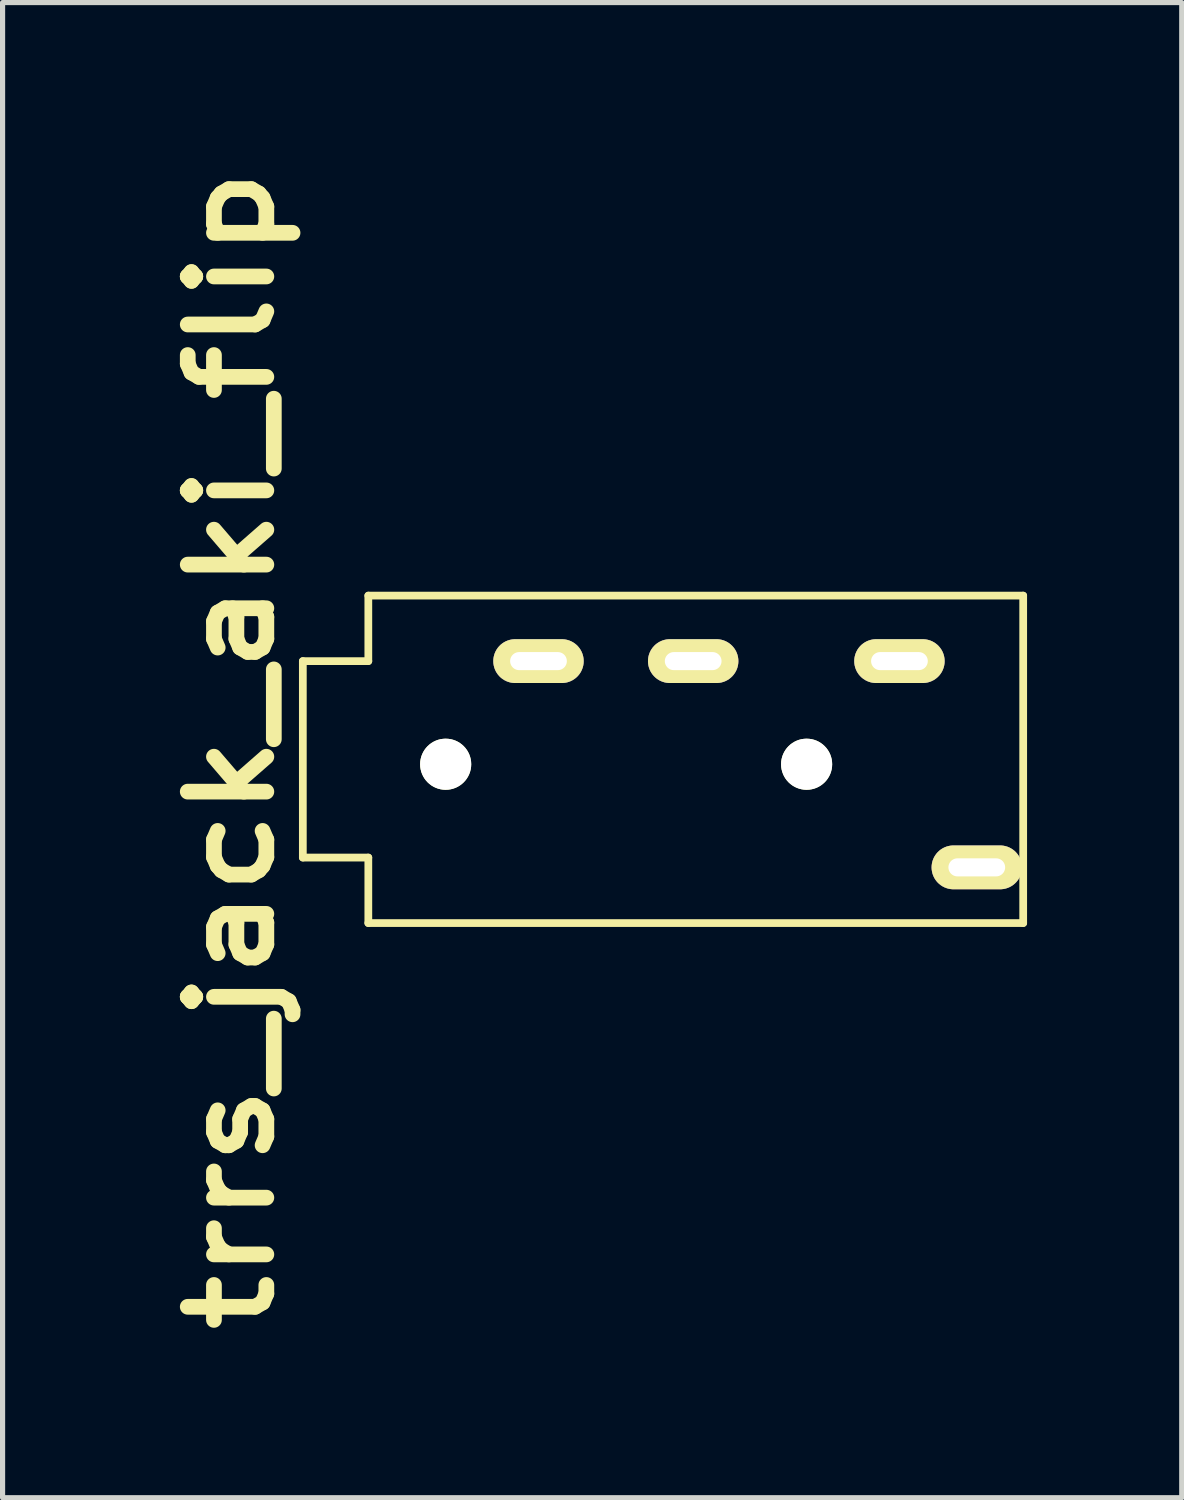
<source format=kicad_pcb>
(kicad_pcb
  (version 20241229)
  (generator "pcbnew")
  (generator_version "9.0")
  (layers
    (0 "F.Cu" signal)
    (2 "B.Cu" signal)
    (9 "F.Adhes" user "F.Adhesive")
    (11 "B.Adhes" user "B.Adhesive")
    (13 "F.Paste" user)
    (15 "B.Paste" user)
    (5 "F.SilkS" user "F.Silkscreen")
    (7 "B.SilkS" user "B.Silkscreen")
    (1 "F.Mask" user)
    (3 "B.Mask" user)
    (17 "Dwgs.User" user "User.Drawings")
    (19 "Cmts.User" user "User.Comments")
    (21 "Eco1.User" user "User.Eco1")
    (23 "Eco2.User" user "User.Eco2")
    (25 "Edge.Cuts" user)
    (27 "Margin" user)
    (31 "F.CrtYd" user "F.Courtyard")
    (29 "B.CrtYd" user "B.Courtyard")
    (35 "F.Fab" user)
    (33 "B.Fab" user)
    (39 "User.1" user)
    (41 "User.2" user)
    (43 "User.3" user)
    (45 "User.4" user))
  (footprint "trrs_jack_aki_flip"
    (layer "F.Cu")
    (at 4.093 9.771)
    (property "Reference" "trrs_jack_aki_flip" (at -2.667 1.727 90) (layer "F.SilkS") (effects (font (size 1.524 1.778) (thickness 0.305))))
    (attr through_hole)
    (fp_line (start -1.27 0) (end -1.27 3.81) (stroke (width 0.15) (type solid)) (layer "F.SilkS"))
    (fp_line (start -1.27 3.81) (end 0 3.81) (stroke (width 0.15) (type solid)) (layer "F.SilkS"))
    (fp_line (start 0 -1.27) (end 0 0) (stroke (width 0.15) (type solid)) (layer "F.SilkS"))
    (fp_line (start 0 0) (end -1.27 0) (stroke (width 0.15) (type solid)) (layer "F.SilkS"))
    (fp_line (start 0 3.81) (end 0 5.08) (stroke (width 0.15) (type solid)) (layer "F.SilkS"))
    (fp_line (start 0 5.08) (end 12.7 5.08) (stroke (width 0.15) (type solid)) (layer "F.SilkS"))
    (fp_line (start 12.7 -1.27) (end 0 -1.27) (stroke (width 0.15) (type solid)) (layer "F.SilkS"))
    (fp_line (start 12.7 5.08) (end 12.7 -1.27) (stroke (width 0.15) (type solid)) (layer "F.SilkS"))
    (pad "" np_thru_hole circle (at 1.5 2) (size 0.991 0.991) (drill 0.991) (layers "*.Cu" "*.Mask" "F.SilkS"))
    (pad "" np_thru_hole circle (at 8.5 2) (size 0.991 0.991) (drill 0.991) (layers "*.Cu" "*.Mask" "F.SilkS"))
    (pad "R1" thru_hole oval (at 6.3 0) (size 1.753 0.85) (drill oval 1.1 0.35) (layers "*.Cu" "*.Mask" "F.SilkS"))
    (pad "R2" thru_hole oval (at 3.3 0) (size 1.753 0.85) (drill oval 1.1 0.35) (layers "*.Cu" "*.Mask" "F.SilkS"))
    (pad "S" thru_hole oval (at 11.8 4) (size 1.753 0.85) (drill oval 1.1 0.35) (layers "*.Cu" "*.Mask" "F.SilkS"))
    (pad "T" thru_hole oval (at 10.3 0) (size 1.753 0.85) (drill oval 1.1 0.35) (layers "*.Cu" "*.Mask" "F.SilkS")))
  (gr_rect
    (start -3 -3)
    (end 19.868 25.995)
    (stroke (width 0.1) (type default))
    (fill no)
    (layer "Edge.Cuts")))
</source>
